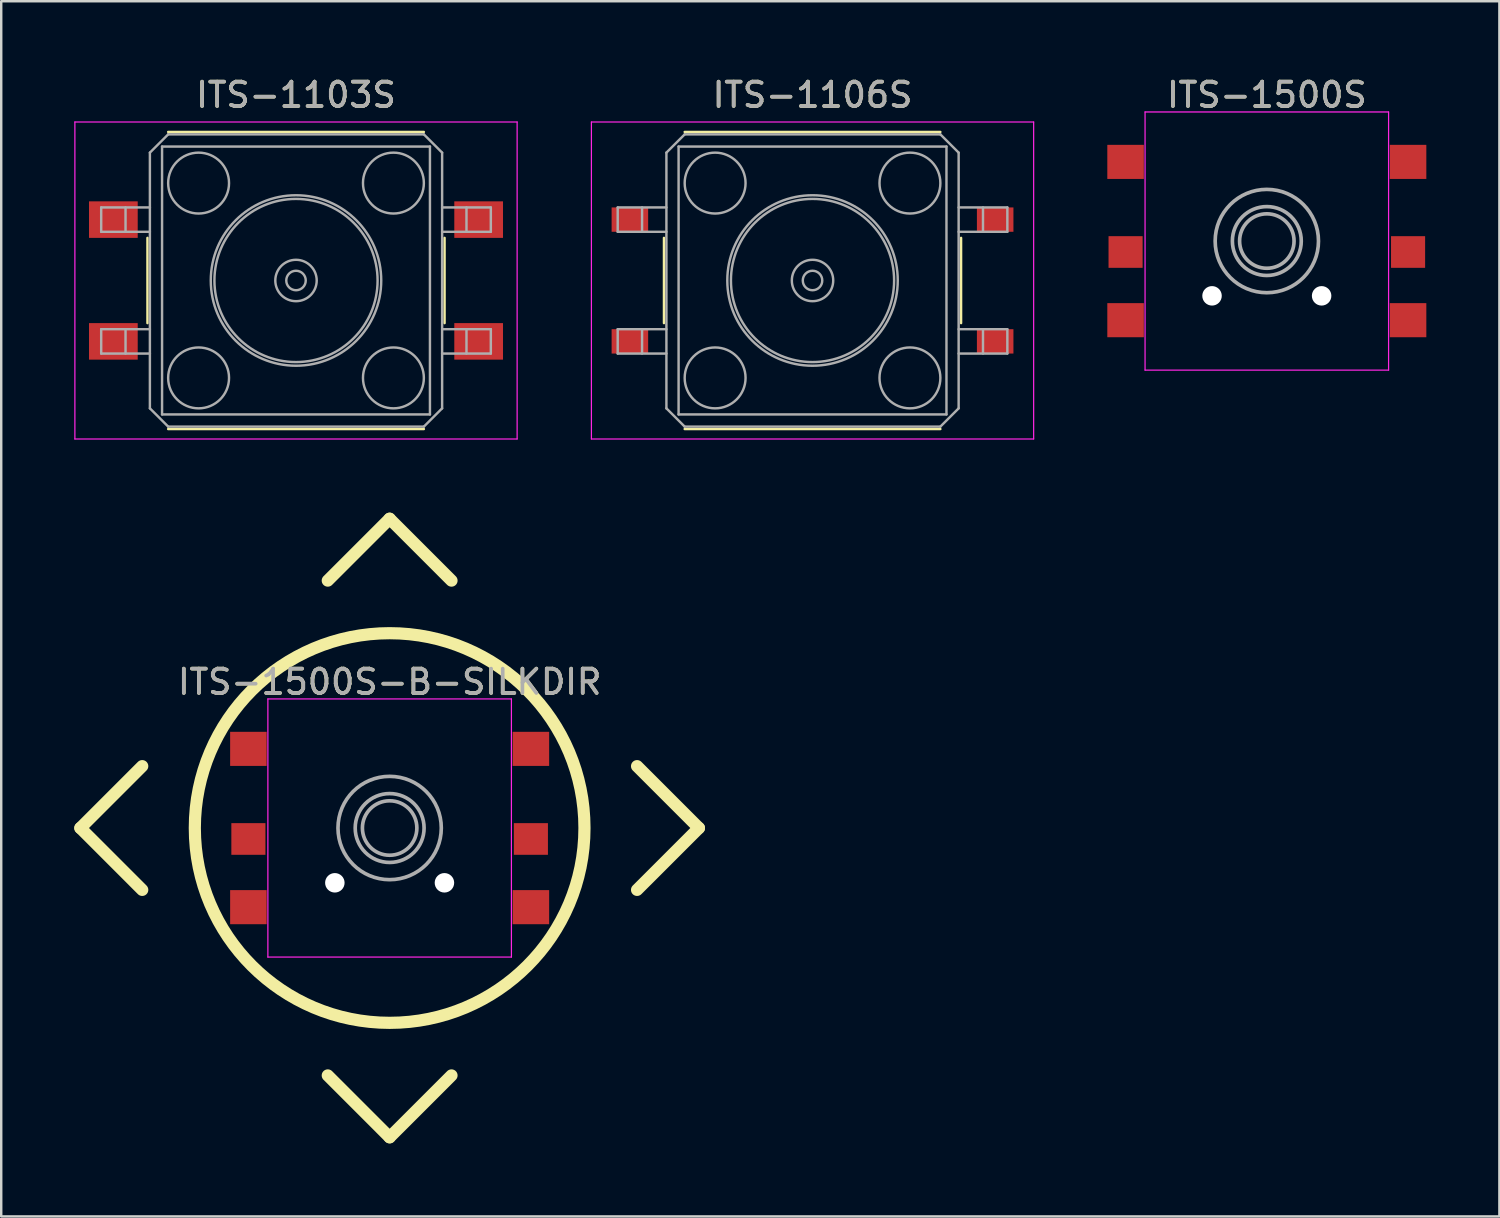
<source format=kicad_pcb>
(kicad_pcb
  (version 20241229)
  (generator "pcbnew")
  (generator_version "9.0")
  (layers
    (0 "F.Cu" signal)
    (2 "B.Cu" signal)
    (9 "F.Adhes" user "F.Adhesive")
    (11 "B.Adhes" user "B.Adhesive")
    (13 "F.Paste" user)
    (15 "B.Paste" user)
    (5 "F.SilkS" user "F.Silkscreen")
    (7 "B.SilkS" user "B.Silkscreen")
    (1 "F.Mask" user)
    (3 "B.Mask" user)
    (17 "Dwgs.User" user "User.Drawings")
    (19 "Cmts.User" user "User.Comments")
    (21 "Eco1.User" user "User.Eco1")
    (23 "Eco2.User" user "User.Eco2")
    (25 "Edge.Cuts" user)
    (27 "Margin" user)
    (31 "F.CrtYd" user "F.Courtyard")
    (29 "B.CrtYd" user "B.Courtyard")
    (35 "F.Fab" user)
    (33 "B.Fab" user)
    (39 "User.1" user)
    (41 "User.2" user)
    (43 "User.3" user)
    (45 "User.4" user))
  (footprint "ITS-1103S"
    (layer "F.Cu")
    (at 9.105 8.468)
    (property "Reference" "ITS-1103S" (at 0 -7.62 0) (layer "F.SilkS") (effects (font (size 1 1) (thickness 0.15))))
    (attr smd)
    (fp_line (start -6.1 1.75) (end -6.1 -1.75) (stroke (width 0.1) (type solid)) (layer "F.SilkS"))
    (fp_line (start -5.25 -6.1) (end 5.25 -6.1) (stroke (width 0.1) (type solid)) (layer "F.SilkS"))
    (fp_line (start 5.25 6.1) (end -5.25 6.1) (stroke (width 0.1) (type solid)) (layer "F.SilkS"))
    (fp_line (start 6.1 -1.75) (end 6.1 1.75) (stroke (width 0.1) (type solid)) (layer "F.SilkS"))
    (fp_line (start -9.08 -6.508) (end 9.08 -6.508) (stroke (width 0.05) (type solid)) (layer "F.CrtYd"))
    (fp_line (start -9.08 6.508) (end -9.08 -6.508) (stroke (width 0.05) (type solid)) (layer "F.CrtYd"))
    (fp_line (start 9.08 -6.508) (end 9.08 6.508) (stroke (width 0.05) (type solid)) (layer "F.CrtYd"))
    (fp_line (start 9.08 6.508) (end -9.08 6.508) (stroke (width 0.05) (type solid)) (layer "F.CrtYd"))
    (fp_line (start -8 -3) (end -6 -3) (stroke (width 0.1) (type solid)) (layer "F.Fab"))
    (fp_line (start -8 -2) (end -8 -3) (stroke (width 0.1) (type solid)) (layer "F.Fab"))
    (fp_line (start -8 2) (end -6 2) (stroke (width 0.1) (type solid)) (layer "F.Fab"))
    (fp_line (start -8 3) (end -8 2) (stroke (width 0.1) (type solid)) (layer "F.Fab"))
    (fp_line (start -7 -2) (end -7 -3) (stroke (width 0.1) (type solid)) (layer "F.Fab"))
    (fp_line (start -7 3) (end -7 2) (stroke (width 0.1) (type solid)) (layer "F.Fab"))
    (fp_line (start -6 -5.25) (end -5.25 -6) (stroke (width 0.1) (type solid)) (layer "F.Fab"))
    (fp_line (start -6 -2) (end -8 -2) (stroke (width 0.1) (type solid)) (layer "F.Fab"))
    (fp_line (start -6 3) (end -8 3) (stroke (width 0.1) (type solid)) (layer "F.Fab"))
    (fp_line (start -6 5.25) (end -6 -5.25) (stroke (width 0.1) (type solid)) (layer "F.Fab"))
    (fp_line (start -5.5 -5.5) (end 5.5 -5.5) (stroke (width 0.1) (type solid)) (layer "F.Fab"))
    (fp_line (start -5.5 5.5) (end -5.5 -5.5) (stroke (width 0.1) (type solid)) (layer "F.Fab"))
    (fp_line (start -5.25 -6) (end 5.25 -6) (stroke (width 0.1) (type solid)) (layer "F.Fab"))
    (fp_line (start -5.25 6) (end -6 5.25) (stroke (width 0.1) (type solid)) (layer "F.Fab"))
    (fp_line (start 5.25 -6) (end 6 -5.25) (stroke (width 0.1) (type solid)) (layer "F.Fab"))
    (fp_line (start 5.25 6) (end -5.25 6) (stroke (width 0.1) (type solid)) (layer "F.Fab"))
    (fp_line (start 5.5 -5.5) (end 5.5 5.5) (stroke (width 0.1) (type solid)) (layer "F.Fab"))
    (fp_line (start 5.5 5.5) (end -5.5 5.5) (stroke (width 0.1) (type solid)) (layer "F.Fab"))
    (fp_line (start 6 -5.25) (end 6 5.25) (stroke (width 0.1) (type solid)) (layer "F.Fab"))
    (fp_line (start 6 -3) (end 8 -3) (stroke (width 0.1) (type solid)) (layer "F.Fab"))
    (fp_line (start 6 2) (end 8 2) (stroke (width 0.1) (type solid)) (layer "F.Fab"))
    (fp_line (start 6 5.25) (end 5.25 6) (stroke (width 0.1) (type solid)) (layer "F.Fab"))
    (fp_line (start 7 -3) (end 7 -2) (stroke (width 0.1) (type solid)) (layer "F.Fab"))
    (fp_line (start 7 2) (end 7 3) (stroke (width 0.1) (type solid)) (layer "F.Fab"))
    (fp_line (start 8 -3) (end 8 -2) (stroke (width 0.1) (type solid)) (layer "F.Fab"))
    (fp_line (start 8 -2) (end 6 -2) (stroke (width 0.1) (type solid)) (layer "F.Fab"))
    (fp_line (start 8 2) (end 8 3) (stroke (width 0.1) (type solid)) (layer "F.Fab"))
    (fp_line (start 8 3) (end 6 3) (stroke (width 0.1) (type solid)) (layer "F.Fab"))
    (fp_circle (center -4 -4) (end -4 -5.25) (stroke (width 0.1) (type solid)) (fill no) (layer "F.Fab"))
    (fp_circle (center -4 4) (end -5.25 4) (stroke (width 0.1) (type solid)) (fill no) (layer "F.Fab"))
    (fp_circle (center 0 0) (end 0.4 0) (stroke (width 0.1) (type solid)) (fill no) (layer "F.Fab"))
    (fp_circle (center 0 0) (end 0.85 0) (stroke (width 0.1) (type solid)) (fill no) (layer "F.Fab"))
    (fp_circle (center 0 0) (end 3.35 0) (stroke (width 0.1) (type solid)) (fill no) (layer "F.Fab"))
    (fp_circle (center 0 0) (end 3.5 0) (stroke (width 0.1) (type solid)) (fill no) (layer "F.Fab"))
    (fp_circle (center 4 -4) (end 5.25 -4) (stroke (width 0.1) (type solid)) (fill no) (layer "F.Fab"))
    (fp_circle (center 4 4) (end 4 5.25) (stroke (width 0.1) (type solid)) (fill no) (layer "F.Fab"))
    (fp_text user "${REFERENCE}" (at 0 -7.62 0) (layer "F.Fab") (effects (font (size 1 1) (thickness 0.15))))
    (pad "1" smd rect (at -7.5 -2.5) (size 2 1.5) (layers "F.Cu" "F.Mask" "F.Paste"))
    (pad "1" smd rect (at 7.5 -2.5) (size 2 1.5) (layers "F.Cu" "F.Mask" "F.Paste"))
    (pad "2" smd rect (at -7.5 2.5 180) (size 2 1.5) (layers "F.Cu" "F.Mask" "F.Paste"))
    (pad "2" smd rect (at 7.5 2.5 180) (size 2 1.5) (layers "F.Cu" "F.Mask" "F.Paste")))
  (footprint "ITS-1500S-B-SILKDIR"
    (layer "F.Cu")
    (at 12.95 30.951)
    (property "Reference" "ITS-1500S-B-SILKDIR" (at 0 -6 0) (layer "F.SilkS") (effects (font (size 1 1) (thickness 0.15))))
    (attr smd)
    (fp_line (start -12.7 0) (end -10.16 -2.54) (stroke (width 0.5) (type solid)) (layer "F.SilkS"))
    (fp_line (start -10.16 2.54) (end -12.7 0) (stroke (width 0.5) (type solid)) (layer "F.SilkS"))
    (fp_line (start -2.54 -10.16) (end 0 -12.7) (stroke (width 0.5) (type solid)) (layer "F.SilkS"))
    (fp_line (start 0 -12.7) (end 2.54 -10.16) (stroke (width 0.5) (type solid)) (layer "F.SilkS"))
    (fp_line (start 0 12.7) (end -2.54 10.16) (stroke (width 0.5) (type solid)) (layer "F.SilkS"))
    (fp_line (start 2.54 10.16) (end 0 12.7) (stroke (width 0.5) (type solid)) (layer "F.SilkS"))
    (fp_line (start 10.16 -2.54) (end 12.7 0) (stroke (width 0.5) (type solid)) (layer "F.SilkS"))
    (fp_line (start 12.7 0) (end 10.16 2.54) (stroke (width 0.5) (type solid)) (layer "F.SilkS"))
    (fp_circle (center 0 0) (end 8 0) (stroke (width 0.5) (type solid)) (fill no) (layer "F.SilkS"))
    (fp_line (start -5 -5.3) (end -5 5.3) (stroke (width 0.05) (type solid)) (layer "F.CrtYd"))
    (fp_line (start 5 -5.3) (end -5 -5.3) (stroke (width 0.05) (type solid)) (layer "F.CrtYd"))
    (fp_line (start 5 -5.3) (end 5 5.3) (stroke (width 0.05) (type solid)) (layer "F.CrtYd"))
    (fp_line (start 5 5.3) (end -5 5.3) (stroke (width 0.05) (type solid)) (layer "F.CrtYd"))
    (fp_circle (center 0 0) (end 0.5 1) (stroke (width 0.15) (type solid)) (fill no) (layer "F.Fab"))
    (fp_circle (center 0 0) (end 1 1) (stroke (width 0.15) (type solid)) (fill no) (layer "F.Fab"))
    (fp_circle (center 0 0) (end 1.5 1.5) (stroke (width 0.15) (type solid)) (fill no) (layer "F.Fab"))
    (fp_text user "${REFERENCE}" (at 0 -6 0) (layer "F.Fab") (effects (font (size 1 1) (thickness 0.15))))
    (pad "" np_thru_hole circle (at -2.25 2.25) (size 0.8 0.8) (drill 0.8) (layers "*.Cu" "*.Mask"))
    (pad "" np_thru_hole circle (at 2.25 2.25) (size 0.8 0.8) (drill 0.8) (layers "*.Cu" "*.Mask"))
    (pad "1" smd rect (at -5.8 -3.25 90) (size 1.4 1.5) (layers "F.Cu" "F.Mask" "F.Paste"))
    (pad "2" smd rect (at -5.8 0.45) (size 1.4 1.3) (layers "F.Cu" "F.Mask" "F.Paste"))
    (pad "3" smd rect (at -5.8 3.25 90) (size 1.4 1.5) (layers "F.Cu" "F.Mask" "F.Paste"))
    (pad "4" smd rect (at 5.8 3.25 90) (size 1.4 1.5) (layers "F.Cu" "F.Mask" "F.Paste"))
    (pad "5" smd rect (at 5.8 0.45) (size 1.4 1.3) (layers "F.Cu" "F.Mask" "F.Paste"))
    (pad "6" smd rect (at 5.8 -3.25 90) (size 1.4 1.5) (layers "F.Cu" "F.Mask" "F.Paste")))
  (footprint "ITS-1500S"
    (layer "F.Cu")
    (at 48.97 6.848)
    (property "Reference" "ITS-1500S" (at 0 -6 0) (layer "F.SilkS") (effects (font (size 1 1) (thickness 0.15))))
    (attr smd)
    (fp_line (start -5 -5.3) (end -5 5.3) (stroke (width 0.05) (type solid)) (layer "F.CrtYd"))
    (fp_line (start 5 -5.3) (end -5 -5.3) (stroke (width 0.05) (type solid)) (layer "F.CrtYd"))
    (fp_line (start 5 -5.3) (end 5 5.3) (stroke (width 0.05) (type solid)) (layer "F.CrtYd"))
    (fp_line (start 5 5.3) (end -5 5.3) (stroke (width 0.05) (type solid)) (layer "F.CrtYd"))
    (fp_circle (center 0 0) (end 0.5 1) (stroke (width 0.15) (type solid)) (fill no) (layer "F.Fab"))
    (fp_circle (center 0 0) (end 1 1) (stroke (width 0.15) (type solid)) (fill no) (layer "F.Fab"))
    (fp_circle (center 0 0) (end 1.5 1.5) (stroke (width 0.15) (type solid)) (fill no) (layer "F.Fab"))
    (fp_text user "${REFERENCE}" (at 0 -6 0) (layer "F.Fab") (effects (font (size 1 1) (thickness 0.15))))
    (pad "" np_thru_hole circle (at -2.25 2.25) (size 0.8 0.8) (drill 0.8) (layers "*.Cu" "*.Mask"))
    (pad "" np_thru_hole circle (at 2.25 2.25) (size 0.8 0.8) (drill 0.8) (layers "*.Cu" "*.Mask"))
    (pad "1" smd rect (at -5.8 -3.25 90) (size 1.4 1.5) (layers "F.Cu" "F.Mask" "F.Paste"))
    (pad "2" smd rect (at -5.8 0.45) (size 1.4 1.3) (layers "F.Cu" "F.Mask" "F.Paste"))
    (pad "3" smd rect (at -5.8 3.25 90) (size 1.4 1.5) (layers "F.Cu" "F.Mask" "F.Paste"))
    (pad "4" smd rect (at 5.8 3.25 90) (size 1.4 1.5) (layers "F.Cu" "F.Mask" "F.Paste"))
    (pad "5" smd rect (at 5.8 0.45) (size 1.4 1.3) (layers "F.Cu" "F.Mask" "F.Paste"))
    (pad "6" smd rect (at 5.8 -3.25 90) (size 1.4 1.5) (layers "F.Cu" "F.Mask" "F.Paste")))
  (footprint "ITS-1106S"
    (layer "F.Cu")
    (at 30.315 8.468)
    (property "Reference" "ITS-1106S" (at 0 -7.62 0) (layer "F.SilkS") (effects (font (size 1 1) (thickness 0.15))))
    (attr smd)
    (fp_line (start -6.1 1.75) (end -6.1 -1.75) (stroke (width 0.1) (type solid)) (layer "F.SilkS"))
    (fp_line (start -5.25 -6.1) (end 5.25 -6.1) (stroke (width 0.1) (type solid)) (layer "F.SilkS"))
    (fp_line (start 5.25 6.1) (end -5.25 6.1) (stroke (width 0.1) (type solid)) (layer "F.SilkS"))
    (fp_line (start 6.1 -1.75) (end 6.1 1.75) (stroke (width 0.1) (type solid)) (layer "F.SilkS"))
    (fp_line (start -9.08 -6.508) (end 9.08 -6.508) (stroke (width 0.05) (type solid)) (layer "F.CrtYd"))
    (fp_line (start -9.08 6.508) (end -9.08 -6.508) (stroke (width 0.05) (type solid)) (layer "F.CrtYd"))
    (fp_line (start 9.08 -6.508) (end 9.08 6.508) (stroke (width 0.05) (type solid)) (layer "F.CrtYd"))
    (fp_line (start 9.08 6.508) (end -9.08 6.508) (stroke (width 0.05) (type solid)) (layer "F.CrtYd"))
    (fp_line (start -8 -3) (end -6 -3) (stroke (width 0.1) (type solid)) (layer "F.Fab"))
    (fp_line (start -8 -2) (end -8 -3) (stroke (width 0.1) (type solid)) (layer "F.Fab"))
    (fp_line (start -8 2) (end -6 2) (stroke (width 0.1) (type solid)) (layer "F.Fab"))
    (fp_line (start -8 3) (end -8 2) (stroke (width 0.1) (type solid)) (layer "F.Fab"))
    (fp_line (start -7 -2) (end -7 -3) (stroke (width 0.1) (type solid)) (layer "F.Fab"))
    (fp_line (start -7 3) (end -7 2) (stroke (width 0.1) (type solid)) (layer "F.Fab"))
    (fp_line (start -6 -5.25) (end -5.25 -6) (stroke (width 0.1) (type solid)) (layer "F.Fab"))
    (fp_line (start -6 -2) (end -8 -2) (stroke (width 0.1) (type solid)) (layer "F.Fab"))
    (fp_line (start -6 3) (end -8 3) (stroke (width 0.1) (type solid)) (layer "F.Fab"))
    (fp_line (start -6 5.25) (end -6 -5.25) (stroke (width 0.1) (type solid)) (layer "F.Fab"))
    (fp_line (start -5.5 -5.5) (end 5.5 -5.5) (stroke (width 0.1) (type solid)) (layer "F.Fab"))
    (fp_line (start -5.5 5.5) (end -5.5 -5.5) (stroke (width 0.1) (type solid)) (layer "F.Fab"))
    (fp_line (start -5.25 -6) (end 5.25 -6) (stroke (width 0.1) (type solid)) (layer "F.Fab"))
    (fp_line (start -5.25 6) (end -6 5.25) (stroke (width 0.1) (type solid)) (layer "F.Fab"))
    (fp_line (start 5.25 -6) (end 6 -5.25) (stroke (width 0.1) (type solid)) (layer "F.Fab"))
    (fp_line (start 5.25 6) (end -5.25 6) (stroke (width 0.1) (type solid)) (layer "F.Fab"))
    (fp_line (start 5.5 -5.5) (end 5.5 5.5) (stroke (width 0.1) (type solid)) (layer "F.Fab"))
    (fp_line (start 5.5 5.5) (end -5.5 5.5) (stroke (width 0.1) (type solid)) (layer "F.Fab"))
    (fp_line (start 6 -5.25) (end 6 5.25) (stroke (width 0.1) (type solid)) (layer "F.Fab"))
    (fp_line (start 6 -3) (end 8 -3) (stroke (width 0.1) (type solid)) (layer "F.Fab"))
    (fp_line (start 6 2) (end 8 2) (stroke (width 0.1) (type solid)) (layer "F.Fab"))
    (fp_line (start 6 5.25) (end 5.25 6) (stroke (width 0.1) (type solid)) (layer "F.Fab"))
    (fp_line (start 7 -3) (end 7 -2) (stroke (width 0.1) (type solid)) (layer "F.Fab"))
    (fp_line (start 7 2) (end 7 3) (stroke (width 0.1) (type solid)) (layer "F.Fab"))
    (fp_line (start 8 -3) (end 8 -2) (stroke (width 0.1) (type solid)) (layer "F.Fab"))
    (fp_line (start 8 -2) (end 6 -2) (stroke (width 0.1) (type solid)) (layer "F.Fab"))
    (fp_line (start 8 2) (end 8 3) (stroke (width 0.1) (type solid)) (layer "F.Fab"))
    (fp_line (start 8 3) (end 6 3) (stroke (width 0.1) (type solid)) (layer "F.Fab"))
    (fp_circle (center -4 -4) (end -4 -5.25) (stroke (width 0.1) (type solid)) (fill no) (layer "F.Fab"))
    (fp_circle (center -4 4) (end -5.25 4) (stroke (width 0.1) (type solid)) (fill no) (layer "F.Fab"))
    (fp_circle (center 0 0) (end 0.4 0) (stroke (width 0.1) (type solid)) (fill no) (layer "F.Fab"))
    (fp_circle (center 0 0) (end 0.85 0) (stroke (width 0.1) (type solid)) (fill no) (layer "F.Fab"))
    (fp_circle (center 0 0) (end 3.35 0) (stroke (width 0.1) (type solid)) (fill no) (layer "F.Fab"))
    (fp_circle (center 0 0) (end 3.5 0) (stroke (width 0.1) (type solid)) (fill no) (layer "F.Fab"))
    (fp_circle (center 4 -4) (end 5.25 -4) (stroke (width 0.1) (type solid)) (fill no) (layer "F.Fab"))
    (fp_circle (center 4 4) (end 4 5.25) (stroke (width 0.1) (type solid)) (fill no) (layer "F.Fab"))
    (fp_text user "${REFERENCE}" (at 0 -7.62 0) (layer "F.Fab") (effects (font (size 1 1) (thickness 0.15))))
    (pad "1" smd rect (at -7.5 -2.5) (size 1.5 1) (layers "F.Cu" "F.Mask" "F.Paste"))
    (pad "1" smd rect (at 7.5 -2.5) (size 1.5 1) (layers "F.Cu" "F.Mask" "F.Paste"))
    (pad "2" smd rect (at -7.5 2.5 180) (size 1.5 1) (layers "F.Cu" "F.Mask" "F.Paste"))
    (pad "2" smd rect (at 7.5 2.5 180) (size 1.5 1) (layers "F.Cu" "F.Mask" "F.Paste")))
  (gr_rect
    (start -3 -3)
    (end 58.52 46.901)
    (stroke (width 0.1) (type default))
    (fill no)
    (layer "Edge.Cuts")))
</source>
